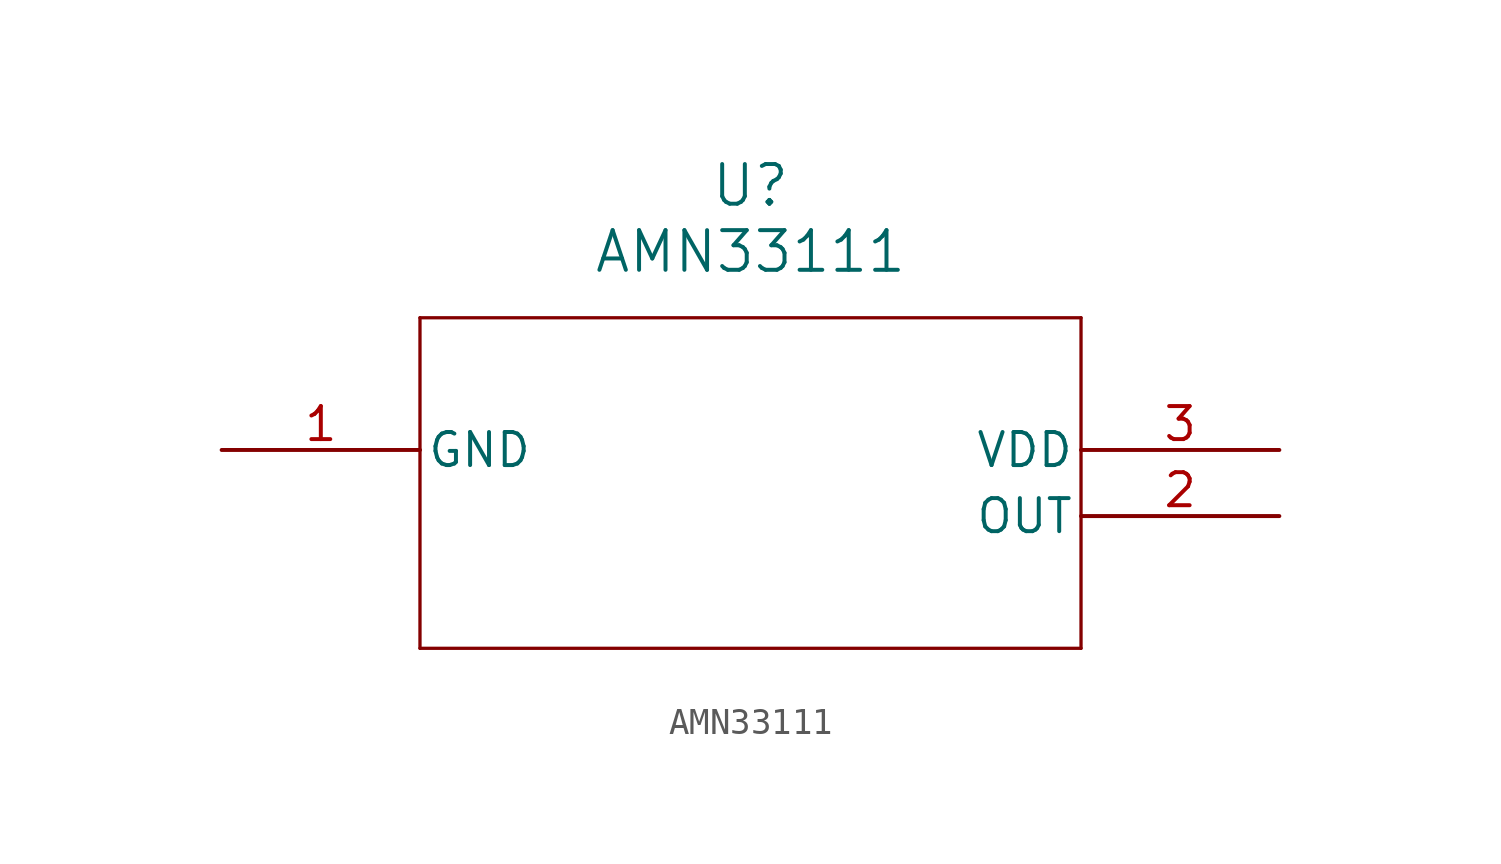
<source format=kicad_sym>
(kicad_symbol_lib
  (version 20220914)
  (generator kicad_symbol_editor)
  (symbol "AMN33111"
    (pin_names
      (offset 0.254))
    (property "Reference" "U"
      (at 20.32 10.16 0)
      (effects (font (size 1.524 1.524))))
    (property "Value" "AMN33111"
      (at 20.32 7.62 0)
      (effects (font (size 1.524 1.524))))
    (property "ki_locked" ""
      (at 0 0 0)
      (effects (font (size 1.27 1.27))))
    (symbol "AMN33111_0_1"
      (polyline (pts (xy 7.62 -7.62) (xy 33.02 -7.62)) (stroke (width 0.127) (type default)) (fill (type none)))
      (polyline (pts (xy 7.62 5.08) (xy 7.62 -7.62)) (stroke (width 0.127) (type default)) (fill (type none)))
      (polyline (pts (xy 33.02 -7.62) (xy 33.02 5.08)) (stroke (width 0.127) (type default)) (fill (type none)))
      (polyline (pts (xy 33.02 5.08) (xy 7.62 5.08)) (stroke (width 0.127) (type default)) (fill (type none)))
      (pin power_out line (at 0 0 0) (length 7.62) (name "GND" (effects (font (size 1.27 1.27)))) (number "1" (effects (font (size 1.27 1.27)))))
      (pin output line (at 40.64 -2.54 180) (length 7.62) (name "OUT" (effects (font (size 1.27 1.27)))) (number "2" (effects (font (size 1.27 1.27)))))
      (pin power_in line (at 40.64 0 180) (length 7.62) (name "VDD" (effects (font (size 1.27 1.27)))) (number "3" (effects (font (size 1.27 1.27))))))))
</source>
